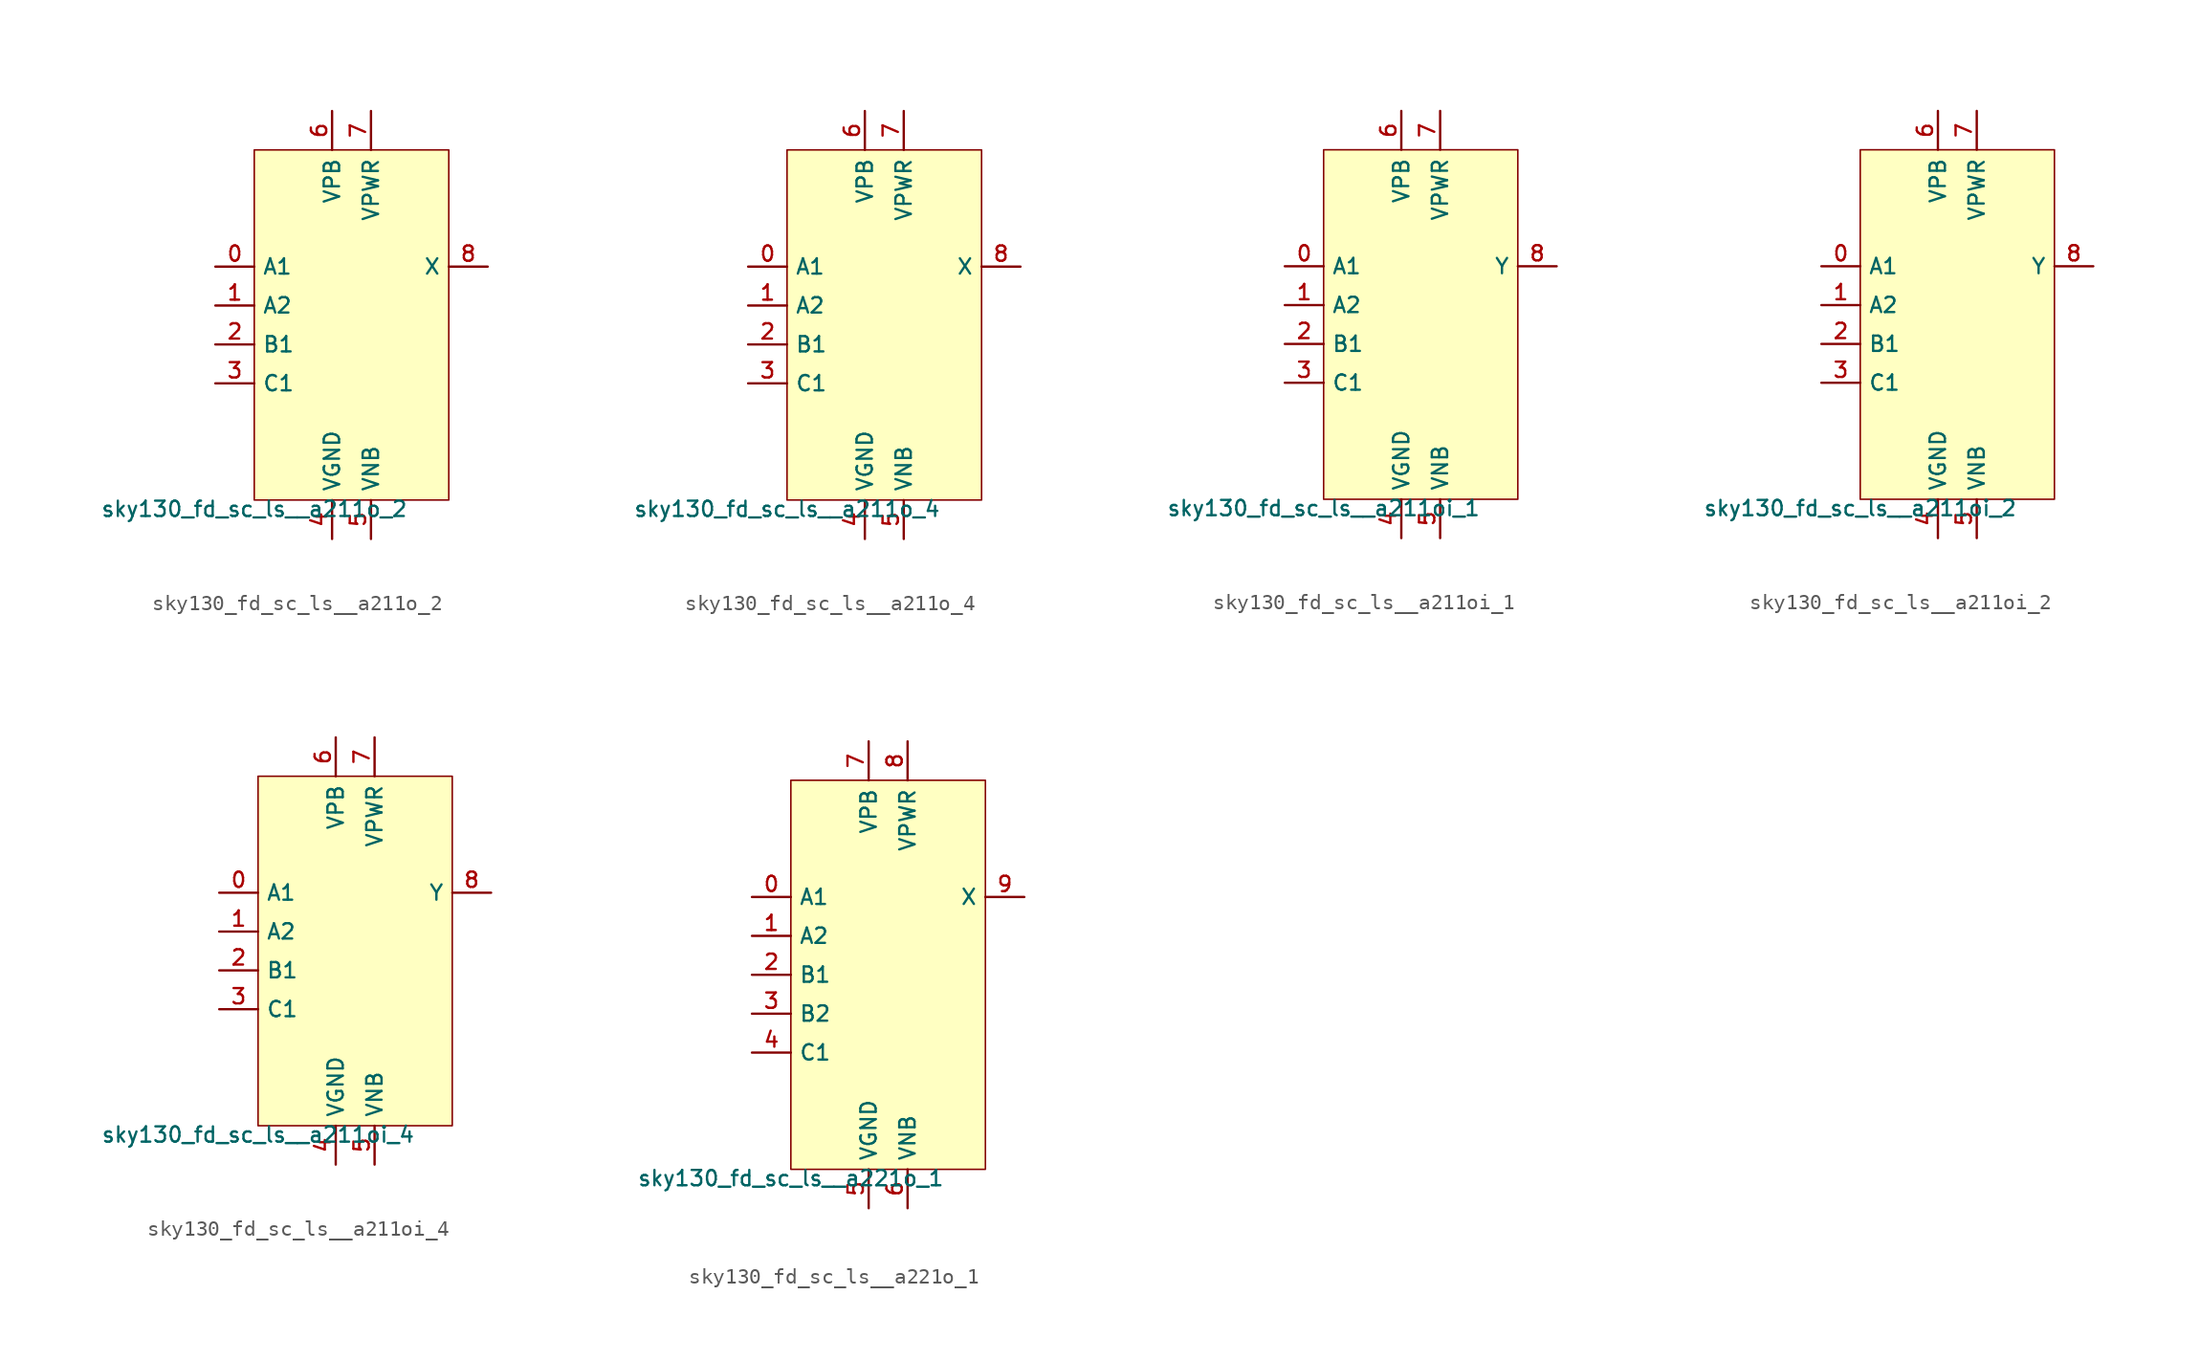
<source format=kicad_sym>
(kicad_symbol_lib
  (version 20211014)
  (generator lef2kicad_sym)
  (symbol "sky130_fd_sc_ls__a211o_2"
    (property "Reference" "X"
      (at 0 0 0)
      (effects (font (size 1 1)) hide))
    (property "Value" "sky130_fd_sc_ls__a211o_2"
      (at -6.35 -11.43 0)
      (effects (font (size 1 1)) (justify top)))
    (rectangle
      (start -6.35 -11.43)
      (end 6.35 11.43)
      (stroke (width 0.1) (type solid) (color 0 0 0 0))
      (fill (type background)))
    (pin input line
      (at -8.89 3.81 0)
      (length 2.54)
      (name "A1" (effects (font (size 1 1)) hide))
      (number "0" (effects (font (size 1 1)) hide)))
    (pin input line
      (at -8.89 1.27 0)
      (length 2.54)
      (name "A2" (effects (font (size 1 1)) hide))
      (number "1" (effects (font (size 1 1)) hide)))
    (pin input line
      (at -8.89 -1.27 0)
      (length 2.54)
      (name "B1" (effects (font (size 1 1)) hide))
      (number "2" (effects (font (size 1 1)) hide)))
    (pin input line
      (at -8.89 -3.81 0)
      (length 2.54)
      (name "C1" (effects (font (size 1 1)) hide))
      (number "3" (effects (font (size 1 1)) hide)))
    (pin power_in line
      (at -1.27 -13.97 90)
      (length 2.54)
      (name "VGND" (effects (font (size 1 1)) hide))
      (number "4" (effects (font (size 1 1)) hide)))
    (pin power_in line
      (at 1.27 -13.97 90)
      (length 2.54)
      (name "VNB" (effects (font (size 1 1)) hide))
      (number "5" (effects (font (size 1 1)) hide)))
    (pin power_in line
      (at -1.27 13.97 270)
      (length 2.54)
      (name "VPB" (effects (font (size 1 1)) hide))
      (number "6" (effects (font (size 1 1)) hide)))
    (pin power_in line
      (at 1.27 13.97 270)
      (length 2.54)
      (name "VPWR" (effects (font (size 1 1)) hide))
      (number "7" (effects (font (size 1 1)) hide)))
    (pin output line
      (at 8.89 3.81 180)
      (length 2.54)
      (name "X" (effects (font (size 1 1)) hide))
      (number "8" (effects (font (size 1 1)) hide))))
  (symbol "sky130_fd_sc_ls__a211o_4"
    (property "Reference" "X"
      (at 0 0 0)
      (effects (font (size 1 1)) hide))
    (property "Value" "sky130_fd_sc_ls__a211o_4"
      (at -6.35 -11.43 0)
      (effects (font (size 1 1)) (justify top)))
    (rectangle
      (start -6.35 -11.43)
      (end 6.35 11.43)
      (stroke (width 0.1) (type solid) (color 0 0 0 0))
      (fill (type background)))
    (pin input line
      (at -8.89 3.81 0)
      (length 2.54)
      (name "A1" (effects (font (size 1 1)) hide))
      (number "0" (effects (font (size 1 1)) hide)))
    (pin input line
      (at -8.89 1.27 0)
      (length 2.54)
      (name "A2" (effects (font (size 1 1)) hide))
      (number "1" (effects (font (size 1 1)) hide)))
    (pin input line
      (at -8.89 -1.27 0)
      (length 2.54)
      (name "B1" (effects (font (size 1 1)) hide))
      (number "2" (effects (font (size 1 1)) hide)))
    (pin input line
      (at -8.89 -3.81 0)
      (length 2.54)
      (name "C1" (effects (font (size 1 1)) hide))
      (number "3" (effects (font (size 1 1)) hide)))
    (pin power_in line
      (at -1.27 -13.97 90)
      (length 2.54)
      (name "VGND" (effects (font (size 1 1)) hide))
      (number "4" (effects (font (size 1 1)) hide)))
    (pin power_in line
      (at 1.27 -13.97 90)
      (length 2.54)
      (name "VNB" (effects (font (size 1 1)) hide))
      (number "5" (effects (font (size 1 1)) hide)))
    (pin power_in line
      (at -1.27 13.97 270)
      (length 2.54)
      (name "VPB" (effects (font (size 1 1)) hide))
      (number "6" (effects (font (size 1 1)) hide)))
    (pin power_in line
      (at 1.27 13.97 270)
      (length 2.54)
      (name "VPWR" (effects (font (size 1 1)) hide))
      (number "7" (effects (font (size 1 1)) hide)))
    (pin output line
      (at 8.89 3.81 180)
      (length 2.54)
      (name "X" (effects (font (size 1 1)) hide))
      (number "8" (effects (font (size 1 1)) hide))))
  (symbol "sky130_fd_sc_ls__a211oi_1"
    (property "Reference" "X"
      (at 0 0 0)
      (effects (font (size 1 1)) hide))
    (property "Value" "sky130_fd_sc_ls__a211oi_1"
      (at -6.35 -11.43 0)
      (effects (font (size 1 1)) (justify top)))
    (rectangle
      (start -6.35 -11.43)
      (end 6.35 11.43)
      (stroke (width 0.1) (type solid) (color 0 0 0 0))
      (fill (type background)))
    (pin input line
      (at -8.89 3.81 0)
      (length 2.54)
      (name "A1" (effects (font (size 1 1)) hide))
      (number "0" (effects (font (size 1 1)) hide)))
    (pin input line
      (at -8.89 1.27 0)
      (length 2.54)
      (name "A2" (effects (font (size 1 1)) hide))
      (number "1" (effects (font (size 1 1)) hide)))
    (pin input line
      (at -8.89 -1.27 0)
      (length 2.54)
      (name "B1" (effects (font (size 1 1)) hide))
      (number "2" (effects (font (size 1 1)) hide)))
    (pin input line
      (at -8.89 -3.81 0)
      (length 2.54)
      (name "C1" (effects (font (size 1 1)) hide))
      (number "3" (effects (font (size 1 1)) hide)))
    (pin power_in line
      (at -1.27 -13.97 90)
      (length 2.54)
      (name "VGND" (effects (font (size 1 1)) hide))
      (number "4" (effects (font (size 1 1)) hide)))
    (pin power_in line
      (at 1.27 -13.97 90)
      (length 2.54)
      (name "VNB" (effects (font (size 1 1)) hide))
      (number "5" (effects (font (size 1 1)) hide)))
    (pin power_in line
      (at -1.27 13.97 270)
      (length 2.54)
      (name "VPB" (effects (font (size 1 1)) hide))
      (number "6" (effects (font (size 1 1)) hide)))
    (pin power_in line
      (at 1.27 13.97 270)
      (length 2.54)
      (name "VPWR" (effects (font (size 1 1)) hide))
      (number "7" (effects (font (size 1 1)) hide)))
    (pin output line
      (at 8.89 3.81 180)
      (length 2.54)
      (name "Y" (effects (font (size 1 1)) hide))
      (number "8" (effects (font (size 1 1)) hide))))
  (symbol "sky130_fd_sc_ls__a211oi_2"
    (property "Reference" "X"
      (at 0 0 0)
      (effects (font (size 1 1)) hide))
    (property "Value" "sky130_fd_sc_ls__a211oi_2"
      (at -6.35 -11.43 0)
      (effects (font (size 1 1)) (justify top)))
    (rectangle
      (start -6.35 -11.43)
      (end 6.35 11.43)
      (stroke (width 0.1) (type solid) (color 0 0 0 0))
      (fill (type background)))
    (pin input line
      (at -8.89 3.81 0)
      (length 2.54)
      (name "A1" (effects (font (size 1 1)) hide))
      (number "0" (effects (font (size 1 1)) hide)))
    (pin input line
      (at -8.89 1.27 0)
      (length 2.54)
      (name "A2" (effects (font (size 1 1)) hide))
      (number "1" (effects (font (size 1 1)) hide)))
    (pin input line
      (at -8.89 -1.27 0)
      (length 2.54)
      (name "B1" (effects (font (size 1 1)) hide))
      (number "2" (effects (font (size 1 1)) hide)))
    (pin input line
      (at -8.89 -3.81 0)
      (length 2.54)
      (name "C1" (effects (font (size 1 1)) hide))
      (number "3" (effects (font (size 1 1)) hide)))
    (pin power_in line
      (at -1.27 -13.97 90)
      (length 2.54)
      (name "VGND" (effects (font (size 1 1)) hide))
      (number "4" (effects (font (size 1 1)) hide)))
    (pin power_in line
      (at 1.27 -13.97 90)
      (length 2.54)
      (name "VNB" (effects (font (size 1 1)) hide))
      (number "5" (effects (font (size 1 1)) hide)))
    (pin power_in line
      (at -1.27 13.97 270)
      (length 2.54)
      (name "VPB" (effects (font (size 1 1)) hide))
      (number "6" (effects (font (size 1 1)) hide)))
    (pin power_in line
      (at 1.27 13.97 270)
      (length 2.54)
      (name "VPWR" (effects (font (size 1 1)) hide))
      (number "7" (effects (font (size 1 1)) hide)))
    (pin output line
      (at 8.89 3.81 180)
      (length 2.54)
      (name "Y" (effects (font (size 1 1)) hide))
      (number "8" (effects (font (size 1 1)) hide))))
  (symbol "sky130_fd_sc_ls__a211oi_4"
    (property "Reference" "X"
      (at 0 0 0)
      (effects (font (size 1 1)) hide))
    (property "Value" "sky130_fd_sc_ls__a211oi_4"
      (at -6.35 -11.43 0)
      (effects (font (size 1 1)) (justify top)))
    (rectangle
      (start -6.35 -11.43)
      (end 6.35 11.43)
      (stroke (width 0.1) (type solid) (color 0 0 0 0))
      (fill (type background)))
    (pin input line
      (at -8.89 3.81 0)
      (length 2.54)
      (name "A1" (effects (font (size 1 1)) hide))
      (number "0" (effects (font (size 1 1)) hide)))
    (pin input line
      (at -8.89 1.27 0)
      (length 2.54)
      (name "A2" (effects (font (size 1 1)) hide))
      (number "1" (effects (font (size 1 1)) hide)))
    (pin input line
      (at -8.89 -1.27 0)
      (length 2.54)
      (name "B1" (effects (font (size 1 1)) hide))
      (number "2" (effects (font (size 1 1)) hide)))
    (pin input line
      (at -8.89 -3.81 0)
      (length 2.54)
      (name "C1" (effects (font (size 1 1)) hide))
      (number "3" (effects (font (size 1 1)) hide)))
    (pin power_in line
      (at -1.27 -13.97 90)
      (length 2.54)
      (name "VGND" (effects (font (size 1 1)) hide))
      (number "4" (effects (font (size 1 1)) hide)))
    (pin power_in line
      (at 1.27 -13.97 90)
      (length 2.54)
      (name "VNB" (effects (font (size 1 1)) hide))
      (number "5" (effects (font (size 1 1)) hide)))
    (pin power_in line
      (at -1.27 13.97 270)
      (length 2.54)
      (name "VPB" (effects (font (size 1 1)) hide))
      (number "6" (effects (font (size 1 1)) hide)))
    (pin power_in line
      (at 1.27 13.97 270)
      (length 2.54)
      (name "VPWR" (effects (font (size 1 1)) hide))
      (number "7" (effects (font (size 1 1)) hide)))
    (pin output line
      (at 8.89 3.81 180)
      (length 2.54)
      (name "Y" (effects (font (size 1 1)) hide))
      (number "8" (effects (font (size 1 1)) hide))))
  (symbol "sky130_fd_sc_ls__a221o_1"
    (property "Reference" "X"
      (at 0 0 0)
      (effects (font (size 1 1)) hide))
    (property "Value" "sky130_fd_sc_ls__a221o_1"
      (at -6.35 -12.7 0)
      (effects (font (size 1 1)) (justify top)))
    (rectangle
      (start -6.35 -12.7)
      (end 6.35 12.7)
      (stroke (width 0.1) (type solid) (color 0 0 0 0))
      (fill (type background)))
    (pin input line
      (at -8.89 5.08 0)
      (length 2.54)
      (name "A1" (effects (font (size 1 1)) hide))
      (number "0" (effects (font (size 1 1)) hide)))
    (pin input line
      (at -8.89 2.54 0)
      (length 2.54)
      (name "A2" (effects (font (size 1 1)) hide))
      (number "1" (effects (font (size 1 1)) hide)))
    (pin input line
      (at -8.89 -8.881784197001252e-16 0)
      (length 2.54)
      (name "B1" (effects (font (size 1 1)) hide))
      (number "2" (effects (font (size 1 1)) hide)))
    (pin input line
      (at -8.89 -2.54 0)
      (length 2.54)
      (name "B2" (effects (font (size 1 1)) hide))
      (number "3" (effects (font (size 1 1)) hide)))
    (pin input line
      (at -8.89 -5.08 0)
      (length 2.54)
      (name "C1" (effects (font (size 1 1)) hide))
      (number "4" (effects (font (size 1 1)) hide)))
    (pin power_in line
      (at -1.27 -15.24 90)
      (length 2.54)
      (name "VGND" (effects (font (size 1 1)) hide))
      (number "5" (effects (font (size 1 1)) hide)))
    (pin power_in line
      (at 1.27 -15.24 90)
      (length 2.54)
      (name "VNB" (effects (font (size 1 1)) hide))
      (number "6" (effects (font (size 1 1)) hide)))
    (pin power_in line
      (at -1.27 15.24 270)
      (length 2.54)
      (name "VPB" (effects (font (size 1 1)) hide))
      (number "7" (effects (font (size 1 1)) hide)))
    (pin power_in line
      (at 1.27 15.24 270)
      (length 2.54)
      (name "VPWR" (effects (font (size 1 1)) hide))
      (number "8" (effects (font (size 1 1)) hide)))
    (pin output line
      (at 8.89 5.08 180)
      (length 2.54)
      (name "X" (effects (font (size 1 1)) hide))
      (number "9" (effects (font (size 1 1)) hide)))))
</source>
